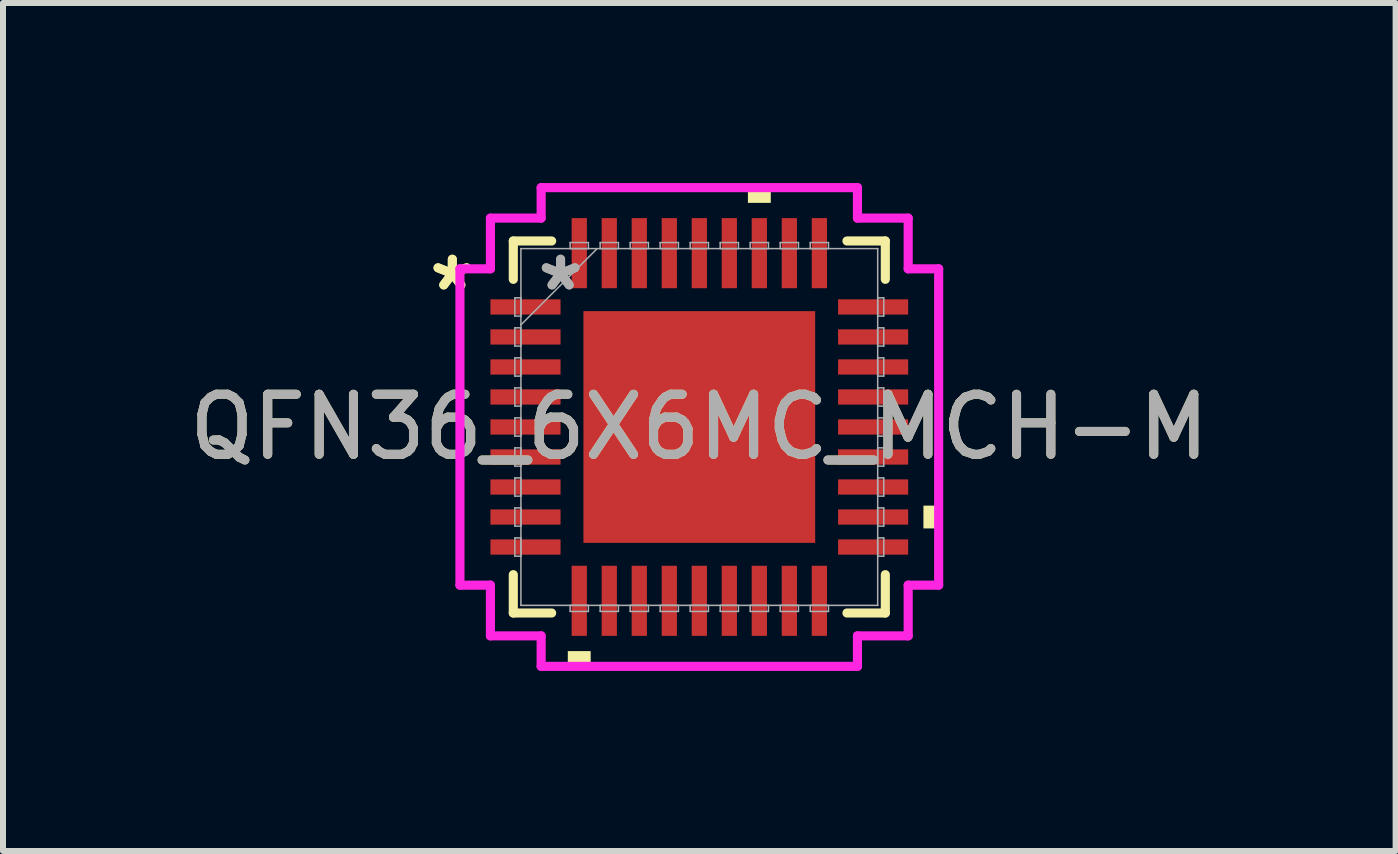
<source format=kicad_pcb>
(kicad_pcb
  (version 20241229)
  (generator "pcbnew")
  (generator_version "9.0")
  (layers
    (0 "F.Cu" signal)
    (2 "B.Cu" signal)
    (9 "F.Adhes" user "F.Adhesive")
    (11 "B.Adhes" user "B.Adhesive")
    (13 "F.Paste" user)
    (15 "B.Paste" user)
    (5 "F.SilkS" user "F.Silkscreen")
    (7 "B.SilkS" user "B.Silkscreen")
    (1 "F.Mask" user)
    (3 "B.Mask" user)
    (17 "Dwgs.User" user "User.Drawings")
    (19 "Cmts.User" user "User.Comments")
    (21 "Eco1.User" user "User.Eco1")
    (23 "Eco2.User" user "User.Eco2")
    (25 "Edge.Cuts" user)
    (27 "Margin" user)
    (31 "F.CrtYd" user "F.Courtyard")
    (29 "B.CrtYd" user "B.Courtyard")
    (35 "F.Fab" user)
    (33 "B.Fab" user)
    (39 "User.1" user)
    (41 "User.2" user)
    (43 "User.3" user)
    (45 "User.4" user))
  (footprint "QFN36_6X6MC_MCH-M"
    (layer "F.Cu")
    (at 8.601 4.064)
    (property "Reference" "QFN36_6X6MC_MCH-M" (at 0 0 0) (unlocked yes) (layer "F.SilkS") (effects (font (size 1 1) (thickness 0.15))))
    (attr smd)
    (fp_line (start -3.099 -3.099) (end -3.099 -2.46) (stroke (width 0.152) (type solid)) (layer "F.SilkS"))
    (fp_line (start -3.099 2.46) (end -3.099 3.099) (stroke (width 0.152) (type solid)) (layer "F.SilkS"))
    (fp_line (start -3.099 3.099) (end -2.46 3.099) (stroke (width 0.152) (type solid)) (layer "F.SilkS"))
    (fp_line (start -2.46 -3.099) (end -3.099 -3.099) (stroke (width 0.152) (type solid)) (layer "F.SilkS"))
    (fp_line (start 2.46 3.099) (end 3.099 3.099) (stroke (width 0.152) (type solid)) (layer "F.SilkS"))
    (fp_line (start 3.099 -3.099) (end 2.46 -3.099) (stroke (width 0.152) (type solid)) (layer "F.SilkS"))
    (fp_line (start 3.099 -2.46) (end 3.099 -3.099) (stroke (width 0.152) (type solid)) (layer "F.SilkS"))
    (fp_line (start 3.099 3.099) (end 3.099 2.46) (stroke (width 0.152) (type solid)) (layer "F.SilkS"))
    (fp_poly (pts (xy -2.191 3.734) (xy -2.191 3.988) (xy -1.81 3.988) (xy -1.81 3.734)) (stroke (width 0) (type solid)) (fill yes) (layer "F.SilkS"))
    (fp_poly (pts (xy 0.81 -3.734) (xy 0.81 -3.988) (xy 1.191 -3.988) (xy 1.191 -3.734)) (stroke (width 0) (type solid)) (fill yes) (layer "F.SilkS"))
    (fp_poly (pts (xy 3.988 1.31) (xy 3.988 1.69) (xy 3.734 1.69) (xy 3.734 1.31)) (stroke (width 0) (type solid)) (fill yes) (layer "F.SilkS"))
    (fp_poly (pts (xy -1.83 -1.83) (xy -1.83 -0.743) (xy -0.743 -0.743) (xy -0.743 -1.83)) (stroke (width 0) (type solid)) (fill yes) (layer "F.Paste"))
    (fp_poly (pts (xy -1.83 -0.543) (xy -1.83 0.543) (xy -0.743 0.543) (xy -0.743 -0.543)) (stroke (width 0) (type solid)) (fill yes) (layer "F.Paste"))
    (fp_poly (pts (xy -1.83 0.743) (xy -1.83 1.83) (xy -0.743 1.83) (xy -0.743 0.743)) (stroke (width 0) (type solid)) (fill yes) (layer "F.Paste"))
    (fp_poly (pts (xy -0.543 -1.83) (xy -0.543 -0.743) (xy 0.543 -0.743) (xy 0.543 -1.83)) (stroke (width 0) (type solid)) (fill yes) (layer "F.Paste"))
    (fp_poly (pts (xy -0.543 -0.543) (xy -0.543 0.543) (xy 0.543 0.543) (xy 0.543 -0.543)) (stroke (width 0) (type solid)) (fill yes) (layer "F.Paste"))
    (fp_poly (pts (xy -0.543 0.743) (xy -0.543 1.83) (xy 0.543 1.83) (xy 0.543 0.743)) (stroke (width 0) (type solid)) (fill yes) (layer "F.Paste"))
    (fp_poly (pts (xy 0.743 -1.83) (xy 0.743 -0.743) (xy 1.83 -0.743) (xy 1.83 -1.83)) (stroke (width 0) (type solid)) (fill yes) (layer "F.Paste"))
    (fp_poly (pts (xy 0.743 -0.543) (xy 0.743 0.543) (xy 1.83 0.543) (xy 1.83 -0.543)) (stroke (width 0) (type solid)) (fill yes) (layer "F.Paste"))
    (fp_poly (pts (xy 0.743 0.743) (xy 0.743 1.83) (xy 1.83 1.83) (xy 1.83 0.743)) (stroke (width 0) (type solid)) (fill yes) (layer "F.Paste"))
    (fp_line (start -3.988 -2.635) (end -3.48 -2.635) (stroke (width 0.152) (type solid)) (layer "F.CrtYd"))
    (fp_line (start -3.988 2.635) (end -3.988 -2.635) (stroke (width 0.152) (type solid)) (layer "F.CrtYd"))
    (fp_line (start -3.48 -3.48) (end -2.635 -3.48) (stroke (width 0.152) (type solid)) (layer "F.CrtYd"))
    (fp_line (start -3.48 -2.635) (end -3.48 -3.48) (stroke (width 0.152) (type solid)) (layer "F.CrtYd"))
    (fp_line (start -3.48 2.635) (end -3.988 2.635) (stroke (width 0.152) (type solid)) (layer "F.CrtYd"))
    (fp_line (start -3.48 3.48) (end -3.48 2.635) (stroke (width 0.152) (type solid)) (layer "F.CrtYd"))
    (fp_line (start -2.635 -3.988) (end 2.635 -3.988) (stroke (width 0.152) (type solid)) (layer "F.CrtYd"))
    (fp_line (start -2.635 -3.48) (end -2.635 -3.988) (stroke (width 0.152) (type solid)) (layer "F.CrtYd"))
    (fp_line (start -2.635 3.48) (end -3.48 3.48) (stroke (width 0.152) (type solid)) (layer "F.CrtYd"))
    (fp_line (start -2.635 3.988) (end -2.635 3.48) (stroke (width 0.152) (type solid)) (layer "F.CrtYd"))
    (fp_line (start 2.635 -3.988) (end 2.635 -3.48) (stroke (width 0.152) (type solid)) (layer "F.CrtYd"))
    (fp_line (start 2.635 -3.48) (end 3.48 -3.48) (stroke (width 0.152) (type solid)) (layer "F.CrtYd"))
    (fp_line (start 2.635 3.48) (end 2.635 3.988) (stroke (width 0.152) (type solid)) (layer "F.CrtYd"))
    (fp_line (start 2.635 3.988) (end -2.635 3.988) (stroke (width 0.152) (type solid)) (layer "F.CrtYd"))
    (fp_line (start 3.48 -3.48) (end 3.48 -2.635) (stroke (width 0.152) (type solid)) (layer "F.CrtYd"))
    (fp_line (start 3.48 -2.635) (end 3.988 -2.635) (stroke (width 0.152) (type solid)) (layer "F.CrtYd"))
    (fp_line (start 3.48 2.635) (end 3.48 3.48) (stroke (width 0.152) (type solid)) (layer "F.CrtYd"))
    (fp_line (start 3.48 3.48) (end 2.635 3.48) (stroke (width 0.152) (type solid)) (layer "F.CrtYd"))
    (fp_line (start 3.988 -2.635) (end 3.988 2.635) (stroke (width 0.152) (type solid)) (layer "F.CrtYd"))
    (fp_line (start 3.988 2.635) (end 3.48 2.635) (stroke (width 0.152) (type solid)) (layer "F.CrtYd"))
    (fp_line (start -3.073 -2.152) (end -3.073 -1.848) (stroke (width 0.025) (type solid)) (layer "F.Fab"))
    (fp_line (start -3.073 -1.848) (end -2.972 -1.848) (stroke (width 0.025) (type solid)) (layer "F.Fab"))
    (fp_line (start -3.073 -1.652) (end -3.073 -1.348) (stroke (width 0.025) (type solid)) (layer "F.Fab"))
    (fp_line (start -3.073 -1.348) (end -2.972 -1.348) (stroke (width 0.025) (type solid)) (layer "F.Fab"))
    (fp_line (start -3.073 -1.152) (end -3.073 -0.848) (stroke (width 0.025) (type solid)) (layer "F.Fab"))
    (fp_line (start -3.073 -0.848) (end -2.972 -0.848) (stroke (width 0.025) (type solid)) (layer "F.Fab"))
    (fp_line (start -3.073 -0.652) (end -3.073 -0.348) (stroke (width 0.025) (type solid)) (layer "F.Fab"))
    (fp_line (start -3.073 -0.348) (end -2.972 -0.348) (stroke (width 0.025) (type solid)) (layer "F.Fab"))
    (fp_line (start -3.073 -0.152) (end -3.073 0.152) (stroke (width 0.025) (type solid)) (layer "F.Fab"))
    (fp_line (start -3.073 0.152) (end -2.972 0.152) (stroke (width 0.025) (type solid)) (layer "F.Fab"))
    (fp_line (start -3.073 0.348) (end -3.073 0.652) (stroke (width 0.025) (type solid)) (layer "F.Fab"))
    (fp_line (start -3.073 0.652) (end -2.972 0.652) (stroke (width 0.025) (type solid)) (layer "F.Fab"))
    (fp_line (start -3.073 0.848) (end -3.073 1.152) (stroke (width 0.025) (type solid)) (layer "F.Fab"))
    (fp_line (start -3.073 1.152) (end -2.972 1.152) (stroke (width 0.025) (type solid)) (layer "F.Fab"))
    (fp_line (start -3.073 1.348) (end -3.073 1.652) (stroke (width 0.025) (type solid)) (layer "F.Fab"))
    (fp_line (start -3.073 1.652) (end -2.972 1.652) (stroke (width 0.025) (type solid)) (layer "F.Fab"))
    (fp_line (start -3.073 1.848) (end -3.073 2.152) (stroke (width 0.025) (type solid)) (layer "F.Fab"))
    (fp_line (start -3.073 2.152) (end -2.972 2.152) (stroke (width 0.025) (type solid)) (layer "F.Fab"))
    (fp_line (start -2.972 -2.972) (end -2.972 -2.972) (stroke (width 0.025) (type solid)) (layer "F.Fab"))
    (fp_line (start -2.972 -2.972) (end -2.972 2.972) (stroke (width 0.025) (type solid)) (layer "F.Fab"))
    (fp_line (start -2.972 -2.152) (end -3.073 -2.152) (stroke (width 0.025) (type solid)) (layer "F.Fab"))
    (fp_line (start -2.972 -1.848) (end -2.972 -2.152) (stroke (width 0.025) (type solid)) (layer "F.Fab"))
    (fp_line (start -2.972 -1.702) (end -1.702 -2.972) (stroke (width 0.025) (type solid)) (layer "F.Fab"))
    (fp_line (start -2.972 -1.652) (end -3.073 -1.652) (stroke (width 0.025) (type solid)) (layer "F.Fab"))
    (fp_line (start -2.972 -1.348) (end -2.972 -1.652) (stroke (width 0.025) (type solid)) (layer "F.Fab"))
    (fp_line (start -2.972 -1.152) (end -3.073 -1.152) (stroke (width 0.025) (type solid)) (layer "F.Fab"))
    (fp_line (start -2.972 -0.848) (end -2.972 -1.152) (stroke (width 0.025) (type solid)) (layer "F.Fab"))
    (fp_line (start -2.972 -0.652) (end -3.073 -0.652) (stroke (width 0.025) (type solid)) (layer "F.Fab"))
    (fp_line (start -2.972 -0.348) (end -2.972 -0.652) (stroke (width 0.025) (type solid)) (layer "F.Fab"))
    (fp_line (start -2.972 -0.152) (end -3.073 -0.152) (stroke (width 0.025) (type solid)) (layer "F.Fab"))
    (fp_line (start -2.972 0.152) (end -2.972 -0.152) (stroke (width 0.025) (type solid)) (layer "F.Fab"))
    (fp_line (start -2.972 0.348) (end -3.073 0.348) (stroke (width 0.025) (type solid)) (layer "F.Fab"))
    (fp_line (start -2.972 0.652) (end -2.972 0.348) (stroke (width 0.025) (type solid)) (layer "F.Fab"))
    (fp_line (start -2.972 0.848) (end -3.073 0.848) (stroke (width 0.025) (type solid)) (layer "F.Fab"))
    (fp_line (start -2.972 1.152) (end -2.972 0.848) (stroke (width 0.025) (type solid)) (layer "F.Fab"))
    (fp_line (start -2.972 1.348) (end -3.073 1.348) (stroke (width 0.025) (type solid)) (layer "F.Fab"))
    (fp_line (start -2.972 1.652) (end -2.972 1.348) (stroke (width 0.025) (type solid)) (layer "F.Fab"))
    (fp_line (start -2.972 1.848) (end -3.073 1.848) (stroke (width 0.025) (type solid)) (layer "F.Fab"))
    (fp_line (start -2.972 2.152) (end -2.972 1.848) (stroke (width 0.025) (type solid)) (layer "F.Fab"))
    (fp_line (start -2.972 2.972) (end -2.972 2.972) (stroke (width 0.025) (type solid)) (layer "F.Fab"))
    (fp_line (start -2.972 2.972) (end 2.972 2.972) (stroke (width 0.025) (type solid)) (layer "F.Fab"))
    (fp_line (start -2.152 -3.073) (end -2.152 -2.972) (stroke (width 0.025) (type solid)) (layer "F.Fab"))
    (fp_line (start -2.152 -2.972) (end -1.848 -2.972) (stroke (width 0.025) (type solid)) (layer "F.Fab"))
    (fp_line (start -2.152 2.972) (end -2.152 3.073) (stroke (width 0.025) (type solid)) (layer "F.Fab"))
    (fp_line (start -2.152 3.073) (end -1.848 3.073) (stroke (width 0.025) (type solid)) (layer "F.Fab"))
    (fp_line (start -1.848 -3.073) (end -2.152 -3.073) (stroke (width 0.025) (type solid)) (layer "F.Fab"))
    (fp_line (start -1.848 -2.972) (end -1.848 -3.073) (stroke (width 0.025) (type solid)) (layer "F.Fab"))
    (fp_line (start -1.848 2.972) (end -2.152 2.972) (stroke (width 0.025) (type solid)) (layer "F.Fab"))
    (fp_line (start -1.848 3.073) (end -1.848 2.972) (stroke (width 0.025) (type solid)) (layer "F.Fab"))
    (fp_line (start -1.652 -3.073) (end -1.652 -2.972) (stroke (width 0.025) (type solid)) (layer "F.Fab"))
    (fp_line (start -1.652 -2.972) (end -1.348 -2.972) (stroke (width 0.025) (type solid)) (layer "F.Fab"))
    (fp_line (start -1.652 2.972) (end -1.652 3.073) (stroke (width 0.025) (type solid)) (layer "F.Fab"))
    (fp_line (start -1.652 3.073) (end -1.348 3.073) (stroke (width 0.025) (type solid)) (layer "F.Fab"))
    (fp_line (start -1.348 -3.073) (end -1.652 -3.073) (stroke (width 0.025) (type solid)) (layer "F.Fab"))
    (fp_line (start -1.348 -2.972) (end -1.348 -3.073) (stroke (width 0.025) (type solid)) (layer "F.Fab"))
    (fp_line (start -1.348 2.972) (end -1.652 2.972) (stroke (width 0.025) (type solid)) (layer "F.Fab"))
    (fp_line (start -1.348 3.073) (end -1.348 2.972) (stroke (width 0.025) (type solid)) (layer "F.Fab"))
    (fp_line (start -1.152 -3.073) (end -1.152 -2.972) (stroke (width 0.025) (type solid)) (layer "F.Fab"))
    (fp_line (start -1.152 -2.972) (end -0.848 -2.972) (stroke (width 0.025) (type solid)) (layer "F.Fab"))
    (fp_line (start -1.152 2.972) (end -1.152 3.073) (stroke (width 0.025) (type solid)) (layer "F.Fab"))
    (fp_line (start -1.152 3.073) (end -0.848 3.073) (stroke (width 0.025) (type solid)) (layer "F.Fab"))
    (fp_line (start -0.848 -3.073) (end -1.152 -3.073) (stroke (width 0.025) (type solid)) (layer "F.Fab"))
    (fp_line (start -0.848 -2.972) (end -0.848 -3.073) (stroke (width 0.025) (type solid)) (layer "F.Fab"))
    (fp_line (start -0.848 2.972) (end -1.152 2.972) (stroke (width 0.025) (type solid)) (layer "F.Fab"))
    (fp_line (start -0.848 3.073) (end -0.848 2.972) (stroke (width 0.025) (type solid)) (layer "F.Fab"))
    (fp_line (start -0.652 -3.073) (end -0.652 -2.972) (stroke (width 0.025) (type solid)) (layer "F.Fab"))
    (fp_line (start -0.652 -2.972) (end -0.348 -2.972) (stroke (width 0.025) (type solid)) (layer "F.Fab"))
    (fp_line (start -0.652 2.972) (end -0.652 3.073) (stroke (width 0.025) (type solid)) (layer "F.Fab"))
    (fp_line (start -0.652 3.073) (end -0.348 3.073) (stroke (width 0.025) (type solid)) (layer "F.Fab"))
    (fp_line (start -0.348 -3.073) (end -0.652 -3.073) (stroke (width 0.025) (type solid)) (layer "F.Fab"))
    (fp_line (start -0.348 -2.972) (end -0.348 -3.073) (stroke (width 0.025) (type solid)) (layer "F.Fab"))
    (fp_line (start -0.348 2.972) (end -0.652 2.972) (stroke (width 0.025) (type solid)) (layer "F.Fab"))
    (fp_line (start -0.348 3.073) (end -0.348 2.972) (stroke (width 0.025) (type solid)) (layer "F.Fab"))
    (fp_line (start -0.152 -3.073) (end -0.152 -2.972) (stroke (width 0.025) (type solid)) (layer "F.Fab"))
    (fp_line (start -0.152 -2.972) (end 0.152 -2.972) (stroke (width 0.025) (type solid)) (layer "F.Fab"))
    (fp_line (start -0.152 2.972) (end -0.152 3.073) (stroke (width 0.025) (type solid)) (layer "F.Fab"))
    (fp_line (start -0.152 3.073) (end 0.152 3.073) (stroke (width 0.025) (type solid)) (layer "F.Fab"))
    (fp_line (start 0.152 -3.073) (end -0.152 -3.073) (stroke (width 0.025) (type solid)) (layer "F.Fab"))
    (fp_line (start 0.152 -2.972) (end 0.152 -3.073) (stroke (width 0.025) (type solid)) (layer "F.Fab"))
    (fp_line (start 0.152 2.972) (end -0.152 2.972) (stroke (width 0.025) (type solid)) (layer "F.Fab"))
    (fp_line (start 0.152 3.073) (end 0.152 2.972) (stroke (width 0.025) (type solid)) (layer "F.Fab"))
    (fp_line (start 0.348 -3.073) (end 0.348 -2.972) (stroke (width 0.025) (type solid)) (layer "F.Fab"))
    (fp_line (start 0.348 -2.972) (end 0.652 -2.972) (stroke (width 0.025) (type solid)) (layer "F.Fab"))
    (fp_line (start 0.348 2.972) (end 0.348 3.073) (stroke (width 0.025) (type solid)) (layer "F.Fab"))
    (fp_line (start 0.348 3.073) (end 0.652 3.073) (stroke (width 0.025) (type solid)) (layer "F.Fab"))
    (fp_line (start 0.652 -3.073) (end 0.348 -3.073) (stroke (width 0.025) (type solid)) (layer "F.Fab"))
    (fp_line (start 0.652 -2.972) (end 0.652 -3.073) (stroke (width 0.025) (type solid)) (layer "F.Fab"))
    (fp_line (start 0.652 2.972) (end 0.348 2.972) (stroke (width 0.025) (type solid)) (layer "F.Fab"))
    (fp_line (start 0.652 3.073) (end 0.652 2.972) (stroke (width 0.025) (type solid)) (layer "F.Fab"))
    (fp_line (start 0.848 -3.073) (end 0.848 -2.972) (stroke (width 0.025) (type solid)) (layer "F.Fab"))
    (fp_line (start 0.848 -2.972) (end 1.152 -2.972) (stroke (width 0.025) (type solid)) (layer "F.Fab"))
    (fp_line (start 0.848 2.972) (end 0.848 3.073) (stroke (width 0.025) (type solid)) (layer "F.Fab"))
    (fp_line (start 0.848 3.073) (end 1.152 3.073) (stroke (width 0.025) (type solid)) (layer "F.Fab"))
    (fp_line (start 1.152 -3.073) (end 0.848 -3.073) (stroke (width 0.025) (type solid)) (layer "F.Fab"))
    (fp_line (start 1.152 -2.972) (end 1.152 -3.073) (stroke (width 0.025) (type solid)) (layer "F.Fab"))
    (fp_line (start 1.152 2.972) (end 0.848 2.972) (stroke (width 0.025) (type solid)) (layer "F.Fab"))
    (fp_line (start 1.152 3.073) (end 1.152 2.972) (stroke (width 0.025) (type solid)) (layer "F.Fab"))
    (fp_line (start 1.348 -3.073) (end 1.348 -2.972) (stroke (width 0.025) (type solid)) (layer "F.Fab"))
    (fp_line (start 1.348 -2.972) (end 1.652 -2.972) (stroke (width 0.025) (type solid)) (layer "F.Fab"))
    (fp_line (start 1.348 2.972) (end 1.348 3.073) (stroke (width 0.025) (type solid)) (layer "F.Fab"))
    (fp_line (start 1.348 3.073) (end 1.652 3.073) (stroke (width 0.025) (type solid)) (layer "F.Fab"))
    (fp_line (start 1.652 -3.073) (end 1.348 -3.073) (stroke (width 0.025) (type solid)) (layer "F.Fab"))
    (fp_line (start 1.652 -2.972) (end 1.652 -3.073) (stroke (width 0.025) (type solid)) (layer "F.Fab"))
    (fp_line (start 1.652 2.972) (end 1.348 2.972) (stroke (width 0.025) (type solid)) (layer "F.Fab"))
    (fp_line (start 1.652 3.073) (end 1.652 2.972) (stroke (width 0.025) (type solid)) (layer "F.Fab"))
    (fp_line (start 1.848 -3.073) (end 1.848 -2.972) (stroke (width 0.025) (type solid)) (layer "F.Fab"))
    (fp_line (start 1.848 -2.972) (end 2.152 -2.972) (stroke (width 0.025) (type solid)) (layer "F.Fab"))
    (fp_line (start 1.848 2.972) (end 1.848 3.073) (stroke (width 0.025) (type solid)) (layer "F.Fab"))
    (fp_line (start 1.848 3.073) (end 2.152 3.073) (stroke (width 0.025) (type solid)) (layer "F.Fab"))
    (fp_line (start 2.152 -3.073) (end 1.848 -3.073) (stroke (width 0.025) (type solid)) (layer "F.Fab"))
    (fp_line (start 2.152 -2.972) (end 2.152 -3.073) (stroke (width 0.025) (type solid)) (layer "F.Fab"))
    (fp_line (start 2.152 2.972) (end 1.848 2.972) (stroke (width 0.025) (type solid)) (layer "F.Fab"))
    (fp_line (start 2.152 3.073) (end 2.152 2.972) (stroke (width 0.025) (type solid)) (layer "F.Fab"))
    (fp_line (start 2.972 -2.972) (end -2.972 -2.972) (stroke (width 0.025) (type solid)) (layer "F.Fab"))
    (fp_line (start 2.972 -2.972) (end 2.972 -2.972) (stroke (width 0.025) (type solid)) (layer "F.Fab"))
    (fp_line (start 2.972 -2.152) (end 2.972 -1.848) (stroke (width 0.025) (type solid)) (layer "F.Fab"))
    (fp_line (start 2.972 -1.848) (end 3.073 -1.848) (stroke (width 0.025) (type solid)) (layer "F.Fab"))
    (fp_line (start 2.972 -1.652) (end 2.972 -1.348) (stroke (width 0.025) (type solid)) (layer "F.Fab"))
    (fp_line (start 2.972 -1.348) (end 3.073 -1.348) (stroke (width 0.025) (type solid)) (layer "F.Fab"))
    (fp_line (start 2.972 -1.152) (end 2.972 -0.848) (stroke (width 0.025) (type solid)) (layer "F.Fab"))
    (fp_line (start 2.972 -0.848) (end 3.073 -0.848) (stroke (width 0.025) (type solid)) (layer "F.Fab"))
    (fp_line (start 2.972 -0.652) (end 2.972 -0.348) (stroke (width 0.025) (type solid)) (layer "F.Fab"))
    (fp_line (start 2.972 -0.348) (end 3.073 -0.348) (stroke (width 0.025) (type solid)) (layer "F.Fab"))
    (fp_line (start 2.972 -0.152) (end 2.972 0.152) (stroke (width 0.025) (type solid)) (layer "F.Fab"))
    (fp_line (start 2.972 0.152) (end 3.073 0.152) (stroke (width 0.025) (type solid)) (layer "F.Fab"))
    (fp_line (start 2.972 0.348) (end 2.972 0.652) (stroke (width 0.025) (type solid)) (layer "F.Fab"))
    (fp_line (start 2.972 0.652) (end 3.073 0.652) (stroke (width 0.025) (type solid)) (layer "F.Fab"))
    (fp_line (start 2.972 0.848) (end 2.972 1.152) (stroke (width 0.025) (type solid)) (layer "F.Fab"))
    (fp_line (start 2.972 1.152) (end 3.073 1.152) (stroke (width 0.025) (type solid)) (layer "F.Fab"))
    (fp_line (start 2.972 1.348) (end 2.972 1.652) (stroke (width 0.025) (type solid)) (layer "F.Fab"))
    (fp_line (start 2.972 1.652) (end 3.073 1.652) (stroke (width 0.025) (type solid)) (layer "F.Fab"))
    (fp_line (start 2.972 1.848) (end 2.972 2.152) (stroke (width 0.025) (type solid)) (layer "F.Fab"))
    (fp_line (start 2.972 2.152) (end 3.073 2.152) (stroke (width 0.025) (type solid)) (layer "F.Fab"))
    (fp_line (start 2.972 2.972) (end 2.972 -2.972) (stroke (width 0.025) (type solid)) (layer "F.Fab"))
    (fp_line (start 2.972 2.972) (end 2.972 2.972) (stroke (width 0.025) (type solid)) (layer "F.Fab"))
    (fp_line (start 3.073 -2.152) (end 2.972 -2.152) (stroke (width 0.025) (type solid)) (layer "F.Fab"))
    (fp_line (start 3.073 -1.848) (end 3.073 -2.152) (stroke (width 0.025) (type solid)) (layer "F.Fab"))
    (fp_line (start 3.073 -1.652) (end 2.972 -1.652) (stroke (width 0.025) (type solid)) (layer "F.Fab"))
    (fp_line (start 3.073 -1.348) (end 3.073 -1.652) (stroke (width 0.025) (type solid)) (layer "F.Fab"))
    (fp_line (start 3.073 -1.152) (end 2.972 -1.152) (stroke (width 0.025) (type solid)) (layer "F.Fab"))
    (fp_line (start 3.073 -0.848) (end 3.073 -1.152) (stroke (width 0.025) (type solid)) (layer "F.Fab"))
    (fp_line (start 3.073 -0.652) (end 2.972 -0.652) (stroke (width 0.025) (type solid)) (layer "F.Fab"))
    (fp_line (start 3.073 -0.348) (end 3.073 -0.652) (stroke (width 0.025) (type solid)) (layer "F.Fab"))
    (fp_line (start 3.073 -0.152) (end 2.972 -0.152) (stroke (width 0.025) (type solid)) (layer "F.Fab"))
    (fp_line (start 3.073 0.152) (end 3.073 -0.152) (stroke (width 0.025) (type solid)) (layer "F.Fab"))
    (fp_line (start 3.073 0.348) (end 2.972 0.348) (stroke (width 0.025) (type solid)) (layer "F.Fab"))
    (fp_line (start 3.073 0.652) (end 3.073 0.348) (stroke (width 0.025) (type solid)) (layer "F.Fab"))
    (fp_line (start 3.073 0.848) (end 2.972 0.848) (stroke (width 0.025) (type solid)) (layer "F.Fab"))
    (fp_line (start 3.073 1.152) (end 3.073 0.848) (stroke (width 0.025) (type solid)) (layer "F.Fab"))
    (fp_line (start 3.073 1.348) (end 2.972 1.348) (stroke (width 0.025) (type solid)) (layer "F.Fab"))
    (fp_line (start 3.073 1.652) (end 3.073 1.348) (stroke (width 0.025) (type solid)) (layer "F.Fab"))
    (fp_line (start 3.073 1.848) (end 2.972 1.848) (stroke (width 0.025) (type solid)) (layer "F.Fab"))
    (fp_line (start 3.073 2.152) (end 3.073 1.848) (stroke (width 0.025) (type solid)) (layer "F.Fab"))
    (fp_text user "*" (at -4.115 -2.25 0) (unlocked yes) (layer "F.SilkS") (effects (font (size 1 1) (thickness 0.15))))
    (fp_text user "*" (at -4.115 -2.25 0) (layer "F.SilkS") (effects (font (size 1 1) (thickness 0.15))))
    (fp_text user "${REFERENCE}" (at 0 0 0) (unlocked yes) (layer "F.Fab") (effects (font (size 1 1) (thickness 0.15))))
    (fp_text user "*" (at -2.311 -2.25 0) (unlocked yes) (layer "F.Fab") (effects (font (size 1 1) (thickness 0.15))))
    (fp_text user "*" (at -2.311 -2.25 0) (layer "F.Fab") (effects (font (size 1 1) (thickness 0.15))))
    (pad "1" smd rect (at -2.896 -2 90) (size 0.254 1.168) (layers "F.Cu" "F.Mask" "F.Paste"))
    (pad "2" smd rect (at -2.896 -1.5 90) (size 0.254 1.168) (layers "F.Cu" "F.Mask" "F.Paste"))
    (pad "3" smd rect (at -2.896 -1 90) (size 0.254 1.168) (layers "F.Cu" "F.Mask" "F.Paste"))
    (pad "4" smd rect (at -2.896 -0.5 90) (size 0.254 1.168) (layers "F.Cu" "F.Mask" "F.Paste"))
    (pad "5" smd rect (at -2.896 0 90) (size 0.254 1.168) (layers "F.Cu" "F.Mask" "F.Paste"))
    (pad "6" smd rect (at -2.896 0.5 90) (size 0.254 1.168) (layers "F.Cu" "F.Mask" "F.Paste"))
    (pad "7" smd rect (at -2.896 1 90) (size 0.254 1.168) (layers "F.Cu" "F.Mask" "F.Paste"))
    (pad "8" smd rect (at -2.896 1.5 90) (size 0.254 1.168) (layers "F.Cu" "F.Mask" "F.Paste"))
    (pad "9" smd rect (at -2.896 2 90) (size 0.254 1.168) (layers "F.Cu" "F.Mask" "F.Paste"))
    (pad "10" smd rect (at -2 2.896) (size 0.254 1.168) (layers "F.Cu" "F.Mask" "F.Paste"))
    (pad "11" smd rect (at -1.5 2.896) (size 0.254 1.168) (layers "F.Cu" "F.Mask" "F.Paste"))
    (pad "12" smd rect (at -1 2.896) (size 0.254 1.168) (layers "F.Cu" "F.Mask" "F.Paste"))
    (pad "13" smd rect (at -0.5 2.896) (size 0.254 1.168) (layers "F.Cu" "F.Mask" "F.Paste"))
    (pad "14" smd rect (at 0 2.896) (size 0.254 1.168) (layers "F.Cu" "F.Mask" "F.Paste"))
    (pad "15" smd rect (at 0.5 2.896) (size 0.254 1.168) (layers "F.Cu" "F.Mask" "F.Paste"))
    (pad "16" smd rect (at 1 2.896) (size 0.254 1.168) (layers "F.Cu" "F.Mask" "F.Paste"))
    (pad "17" smd rect (at 1.5 2.896) (size 0.254 1.168) (layers "F.Cu" "F.Mask" "F.Paste"))
    (pad "18" smd rect (at 2 2.896) (size 0.254 1.168) (layers "F.Cu" "F.Mask" "F.Paste"))
    (pad "19" smd rect (at 2.896 2 90) (size 0.254 1.168) (layers "F.Cu" "F.Mask" "F.Paste"))
    (pad "20" smd rect (at 2.896 1.5 90) (size 0.254 1.168) (layers "F.Cu" "F.Mask" "F.Paste"))
    (pad "21" smd rect (at 2.896 1 90) (size 0.254 1.168) (layers "F.Cu" "F.Mask" "F.Paste"))
    (pad "22" smd rect (at 2.896 0.5 90) (size 0.254 1.168) (layers "F.Cu" "F.Mask" "F.Paste"))
    (pad "23" smd rect (at 2.896 0 90) (size 0.254 1.168) (layers "F.Cu" "F.Mask" "F.Paste"))
    (pad "24" smd rect (at 2.896 -0.5 90) (size 0.254 1.168) (layers "F.Cu" "F.Mask" "F.Paste"))
    (pad "25" smd rect (at 2.896 -1 90) (size 0.254 1.168) (layers "F.Cu" "F.Mask" "F.Paste"))
    (pad "26" smd rect (at 2.896 -1.5 90) (size 0.254 1.168) (layers "F.Cu" "F.Mask" "F.Paste"))
    (pad "27" smd rect (at 2.896 -2 90) (size 0.254 1.168) (layers "F.Cu" "F.Mask" "F.Paste"))
    (pad "28" smd rect (at 2 -2.896) (size 0.254 1.168) (layers "F.Cu" "F.Mask" "F.Paste"))
    (pad "29" smd rect (at 1.5 -2.896) (size 0.254 1.168) (layers "F.Cu" "F.Mask" "F.Paste"))
    (pad "30" smd rect (at 1 -2.896) (size 0.254 1.168) (layers "F.Cu" "F.Mask" "F.Paste"))
    (pad "31" smd rect (at 0.5 -2.896) (size 0.254 1.168) (layers "F.Cu" "F.Mask" "F.Paste"))
    (pad "32" smd rect (at 0 -2.896) (size 0.254 1.168) (layers "F.Cu" "F.Mask" "F.Paste"))
    (pad "33" smd rect (at -0.5 -2.896) (size 0.254 1.168) (layers "F.Cu" "F.Mask" "F.Paste"))
    (pad "34" smd rect (at -1 -2.896) (size 0.254 1.168) (layers "F.Cu" "F.Mask" "F.Paste"))
    (pad "35" smd rect (at -1.5 -2.896) (size 0.254 1.168) (layers "F.Cu" "F.Mask" "F.Paste"))
    (pad "36" smd rect (at -2 -2.896) (size 0.254 1.168) (layers "F.Cu" "F.Mask" "F.Paste"))
    (pad "37" smd rect (at 0 0) (size 3.861 3.861) (layers "F.Cu" "F.Mask" "F.Paste")))
  (gr_rect
    (start -3 -3)
    (end 20.202 11.128)
    (stroke (width 0.1) (type default))
    (fill no)
    (layer "Edge.Cuts")))
</source>
